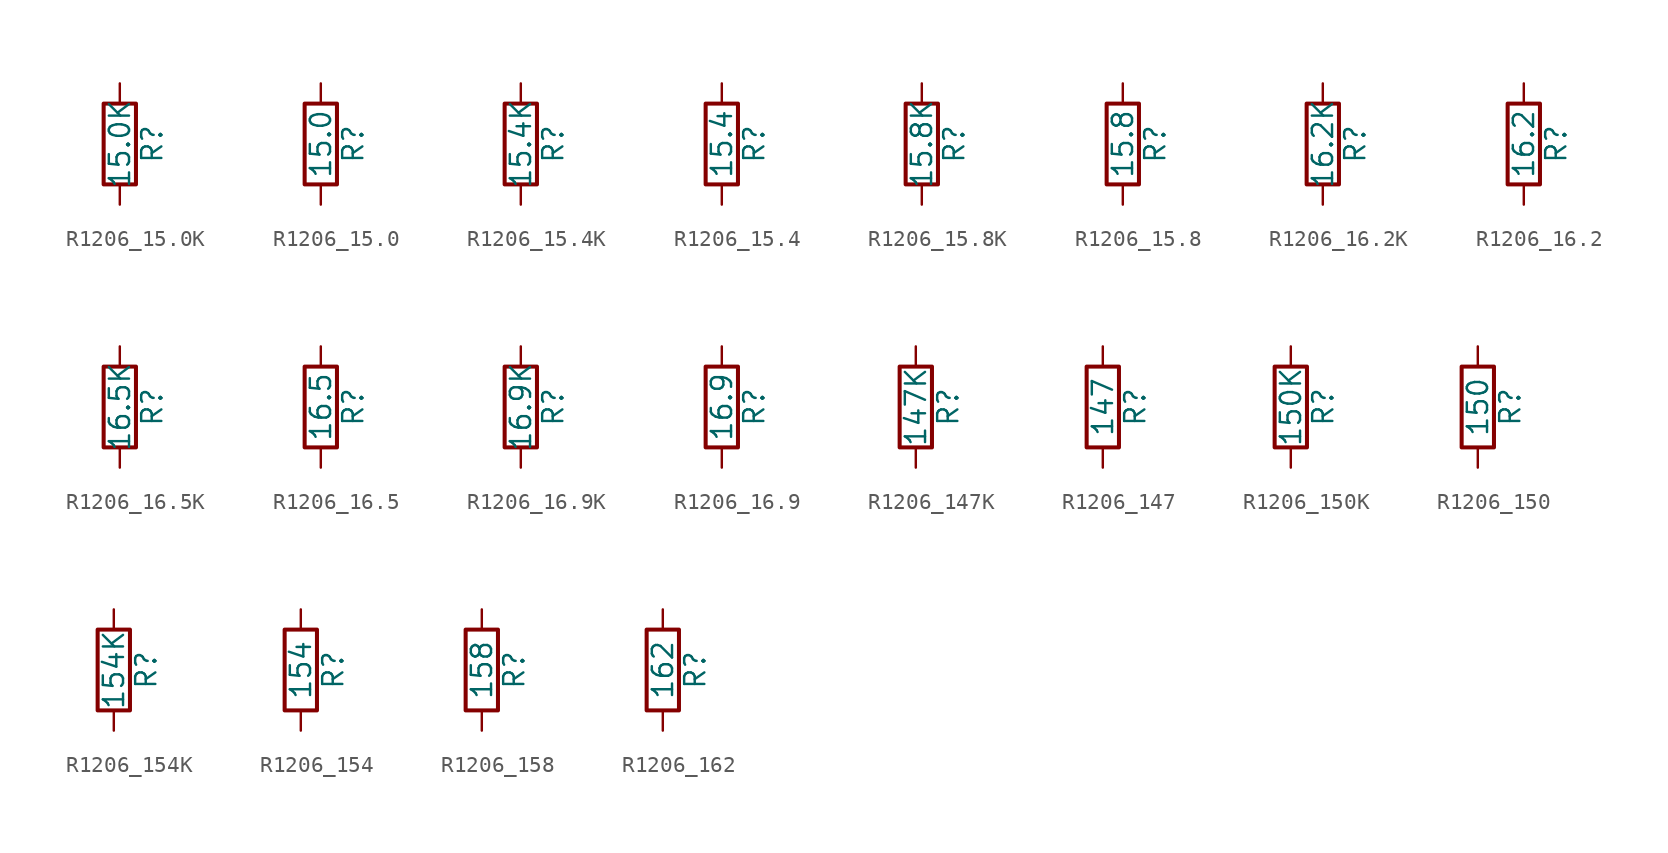
<source format=kicad_sym>
(kicad_symbol_lib
  (version 20211014)
  (generator atlantix-eda)
  (symbol "R1206_15.0K"
    (pin_numbers hide)
    (pin_names
      (offset 0))
    (property "Reference" "R"
      (at 2.032 0 90)
      (effects (font (size 1.27 1.27))))
    (property "Value" "15.0K"
      (at 0 0 90)
      (effects (font (size 1.27 1.27))))
    (symbol "R1206_15.0K_0_1"
      (rectangle (start -1.016 -2.54) (end 1.016 2.54) (stroke (width 0.254) (type default) (color 0 0 0 0)) (fill (type none))))
    (symbol "R1206_15.0K_1_1"
      (pin passive line (at 0 3.81 270) (length 1.27) (name "~" (effects (font (size 1.27 1.27)))) (number "1" (effects (font (size 1.27 1.27)))))
      (pin passive line (at 0 -3.81 90) (length 1.27) (name "~" (effects (font (size 1.27 1.27)))) (number "2" (effects (font (size 1.27 1.27)))))))
  (symbol "R1206_15.0"
    (pin_numbers hide)
    (pin_names
      (offset 0))
    (property "Reference" "R"
      (at 2.032 0 90)
      (effects (font (size 1.27 1.27))))
    (property "Value" "15.0"
      (at 0 0 90)
      (effects (font (size 1.27 1.27))))
    (symbol "R1206_15.0_0_1"
      (rectangle (start -1.016 -2.54) (end 1.016 2.54) (stroke (width 0.254) (type default) (color 0 0 0 0)) (fill (type none))))
    (symbol "R1206_15.0_1_1"
      (pin passive line (at 0 3.81 270) (length 1.27) (name "~" (effects (font (size 1.27 1.27)))) (number "1" (effects (font (size 1.27 1.27)))))
      (pin passive line (at 0 -3.81 90) (length 1.27) (name "~" (effects (font (size 1.27 1.27)))) (number "2" (effects (font (size 1.27 1.27)))))))
  (symbol "R1206_15.4K"
    (pin_numbers hide)
    (pin_names
      (offset 0))
    (property "Reference" "R"
      (at 2.032 0 90)
      (effects (font (size 1.27 1.27))))
    (property "Value" "15.4K"
      (at 0 0 90)
      (effects (font (size 1.27 1.27))))
    (symbol "R1206_15.4K_0_1"
      (rectangle (start -1.016 -2.54) (end 1.016 2.54) (stroke (width 0.254) (type default) (color 0 0 0 0)) (fill (type none))))
    (symbol "R1206_15.4K_1_1"
      (pin passive line (at 0 3.81 270) (length 1.27) (name "~" (effects (font (size 1.27 1.27)))) (number "1" (effects (font (size 1.27 1.27)))))
      (pin passive line (at 0 -3.81 90) (length 1.27) (name "~" (effects (font (size 1.27 1.27)))) (number "2" (effects (font (size 1.27 1.27)))))))
  (symbol "R1206_15.4"
    (pin_numbers hide)
    (pin_names
      (offset 0))
    (property "Reference" "R"
      (at 2.032 0 90)
      (effects (font (size 1.27 1.27))))
    (property "Value" "15.4"
      (at 0 0 90)
      (effects (font (size 1.27 1.27))))
    (symbol "R1206_15.4_0_1"
      (rectangle (start -1.016 -2.54) (end 1.016 2.54) (stroke (width 0.254) (type default) (color 0 0 0 0)) (fill (type none))))
    (symbol "R1206_15.4_1_1"
      (pin passive line (at 0 3.81 270) (length 1.27) (name "~" (effects (font (size 1.27 1.27)))) (number "1" (effects (font (size 1.27 1.27)))))
      (pin passive line (at 0 -3.81 90) (length 1.27) (name "~" (effects (font (size 1.27 1.27)))) (number "2" (effects (font (size 1.27 1.27)))))))
  (symbol "R1206_15.8K"
    (pin_numbers hide)
    (pin_names
      (offset 0))
    (property "Reference" "R"
      (at 2.032 0 90)
      (effects (font (size 1.27 1.27))))
    (property "Value" "15.8K"
      (at 0 0 90)
      (effects (font (size 1.27 1.27))))
    (symbol "R1206_15.8K_0_1"
      (rectangle (start -1.016 -2.54) (end 1.016 2.54) (stroke (width 0.254) (type default) (color 0 0 0 0)) (fill (type none))))
    (symbol "R1206_15.8K_1_1"
      (pin passive line (at 0 3.81 270) (length 1.27) (name "~" (effects (font (size 1.27 1.27)))) (number "1" (effects (font (size 1.27 1.27)))))
      (pin passive line (at 0 -3.81 90) (length 1.27) (name "~" (effects (font (size 1.27 1.27)))) (number "2" (effects (font (size 1.27 1.27)))))))
  (symbol "R1206_15.8"
    (pin_numbers hide)
    (pin_names
      (offset 0))
    (property "Reference" "R"
      (at 2.032 0 90)
      (effects (font (size 1.27 1.27))))
    (property "Value" "15.8"
      (at 0 0 90)
      (effects (font (size 1.27 1.27))))
    (symbol "R1206_15.8_0_1"
      (rectangle (start -1.016 -2.54) (end 1.016 2.54) (stroke (width 0.254) (type default) (color 0 0 0 0)) (fill (type none))))
    (symbol "R1206_15.8_1_1"
      (pin passive line (at 0 3.81 270) (length 1.27) (name "~" (effects (font (size 1.27 1.27)))) (number "1" (effects (font (size 1.27 1.27)))))
      (pin passive line (at 0 -3.81 90) (length 1.27) (name "~" (effects (font (size 1.27 1.27)))) (number "2" (effects (font (size 1.27 1.27)))))))
  (symbol "R1206_16.2K"
    (pin_numbers hide)
    (pin_names
      (offset 0))
    (property "Reference" "R"
      (at 2.032 0 90)
      (effects (font (size 1.27 1.27))))
    (property "Value" "16.2K"
      (at 0 0 90)
      (effects (font (size 1.27 1.27))))
    (symbol "R1206_16.2K_0_1"
      (rectangle (start -1.016 -2.54) (end 1.016 2.54) (stroke (width 0.254) (type default) (color 0 0 0 0)) (fill (type none))))
    (symbol "R1206_16.2K_1_1"
      (pin passive line (at 0 3.81 270) (length 1.27) (name "~" (effects (font (size 1.27 1.27)))) (number "1" (effects (font (size 1.27 1.27)))))
      (pin passive line (at 0 -3.81 90) (length 1.27) (name "~" (effects (font (size 1.27 1.27)))) (number "2" (effects (font (size 1.27 1.27)))))))
  (symbol "R1206_16.2"
    (pin_numbers hide)
    (pin_names
      (offset 0))
    (property "Reference" "R"
      (at 2.032 0 90)
      (effects (font (size 1.27 1.27))))
    (property "Value" "16.2"
      (at 0 0 90)
      (effects (font (size 1.27 1.27))))
    (symbol "R1206_16.2_0_1"
      (rectangle (start -1.016 -2.54) (end 1.016 2.54) (stroke (width 0.254) (type default) (color 0 0 0 0)) (fill (type none))))
    (symbol "R1206_16.2_1_1"
      (pin passive line (at 0 3.81 270) (length 1.27) (name "~" (effects (font (size 1.27 1.27)))) (number "1" (effects (font (size 1.27 1.27)))))
      (pin passive line (at 0 -3.81 90) (length 1.27) (name "~" (effects (font (size 1.27 1.27)))) (number "2" (effects (font (size 1.27 1.27)))))))
  (symbol "R1206_16.5K"
    (pin_numbers hide)
    (pin_names
      (offset 0))
    (property "Reference" "R"
      (at 2.032 0 90)
      (effects (font (size 1.27 1.27))))
    (property "Value" "16.5K"
      (at 0 0 90)
      (effects (font (size 1.27 1.27))))
    (symbol "R1206_16.5K_0_1"
      (rectangle (start -1.016 -2.54) (end 1.016 2.54) (stroke (width 0.254) (type default) (color 0 0 0 0)) (fill (type none))))
    (symbol "R1206_16.5K_1_1"
      (pin passive line (at 0 3.81 270) (length 1.27) (name "~" (effects (font (size 1.27 1.27)))) (number "1" (effects (font (size 1.27 1.27)))))
      (pin passive line (at 0 -3.81 90) (length 1.27) (name "~" (effects (font (size 1.27 1.27)))) (number "2" (effects (font (size 1.27 1.27)))))))
  (symbol "R1206_16.5"
    (pin_numbers hide)
    (pin_names
      (offset 0))
    (property "Reference" "R"
      (at 2.032 0 90)
      (effects (font (size 1.27 1.27))))
    (property "Value" "16.5"
      (at 0 0 90)
      (effects (font (size 1.27 1.27))))
    (symbol "R1206_16.5_0_1"
      (rectangle (start -1.016 -2.54) (end 1.016 2.54) (stroke (width 0.254) (type default) (color 0 0 0 0)) (fill (type none))))
    (symbol "R1206_16.5_1_1"
      (pin passive line (at 0 3.81 270) (length 1.27) (name "~" (effects (font (size 1.27 1.27)))) (number "1" (effects (font (size 1.27 1.27)))))
      (pin passive line (at 0 -3.81 90) (length 1.27) (name "~" (effects (font (size 1.27 1.27)))) (number "2" (effects (font (size 1.27 1.27)))))))
  (symbol "R1206_16.9K"
    (pin_numbers hide)
    (pin_names
      (offset 0))
    (property "Reference" "R"
      (at 2.032 0 90)
      (effects (font (size 1.27 1.27))))
    (property "Value" "16.9K"
      (at 0 0 90)
      (effects (font (size 1.27 1.27))))
    (symbol "R1206_16.9K_0_1"
      (rectangle (start -1.016 -2.54) (end 1.016 2.54) (stroke (width 0.254) (type default) (color 0 0 0 0)) (fill (type none))))
    (symbol "R1206_16.9K_1_1"
      (pin passive line (at 0 3.81 270) (length 1.27) (name "~" (effects (font (size 1.27 1.27)))) (number "1" (effects (font (size 1.27 1.27)))))
      (pin passive line (at 0 -3.81 90) (length 1.27) (name "~" (effects (font (size 1.27 1.27)))) (number "2" (effects (font (size 1.27 1.27)))))))
  (symbol "R1206_16.9"
    (pin_numbers hide)
    (pin_names
      (offset 0))
    (property "Reference" "R"
      (at 2.032 0 90)
      (effects (font (size 1.27 1.27))))
    (property "Value" "16.9"
      (at 0 0 90)
      (effects (font (size 1.27 1.27))))
    (symbol "R1206_16.9_0_1"
      (rectangle (start -1.016 -2.54) (end 1.016 2.54) (stroke (width 0.254) (type default) (color 0 0 0 0)) (fill (type none))))
    (symbol "R1206_16.9_1_1"
      (pin passive line (at 0 3.81 270) (length 1.27) (name "~" (effects (font (size 1.27 1.27)))) (number "1" (effects (font (size 1.27 1.27)))))
      (pin passive line (at 0 -3.81 90) (length 1.27) (name "~" (effects (font (size 1.27 1.27)))) (number "2" (effects (font (size 1.27 1.27)))))))
  (symbol "R1206_147K"
    (pin_numbers hide)
    (pin_names
      (offset 0))
    (property "Reference" "R"
      (at 2.032 0 90)
      (effects (font (size 1.27 1.27))))
    (property "Value" "147K"
      (at 0 0 90)
      (effects (font (size 1.27 1.27))))
    (symbol "R1206_147K_0_1"
      (rectangle (start -1.016 -2.54) (end 1.016 2.54) (stroke (width 0.254) (type default) (color 0 0 0 0)) (fill (type none))))
    (symbol "R1206_147K_1_1"
      (pin passive line (at 0 3.81 270) (length 1.27) (name "~" (effects (font (size 1.27 1.27)))) (number "1" (effects (font (size 1.27 1.27)))))
      (pin passive line (at 0 -3.81 90) (length 1.27) (name "~" (effects (font (size 1.27 1.27)))) (number "2" (effects (font (size 1.27 1.27)))))))
  (symbol "R1206_147"
    (pin_numbers hide)
    (pin_names
      (offset 0))
    (property "Reference" "R"
      (at 2.032 0 90)
      (effects (font (size 1.27 1.27))))
    (property "Value" "147"
      (at 0 0 90)
      (effects (font (size 1.27 1.27))))
    (symbol "R1206_147_0_1"
      (rectangle (start -1.016 -2.54) (end 1.016 2.54) (stroke (width 0.254) (type default) (color 0 0 0 0)) (fill (type none))))
    (symbol "R1206_147_1_1"
      (pin passive line (at 0 3.81 270) (length 1.27) (name "~" (effects (font (size 1.27 1.27)))) (number "1" (effects (font (size 1.27 1.27)))))
      (pin passive line (at 0 -3.81 90) (length 1.27) (name "~" (effects (font (size 1.27 1.27)))) (number "2" (effects (font (size 1.27 1.27)))))))
  (symbol "R1206_150K"
    (pin_numbers hide)
    (pin_names
      (offset 0))
    (property "Reference" "R"
      (at 2.032 0 90)
      (effects (font (size 1.27 1.27))))
    (property "Value" "150K"
      (at 0 0 90)
      (effects (font (size 1.27 1.27))))
    (symbol "R1206_150K_0_1"
      (rectangle (start -1.016 -2.54) (end 1.016 2.54) (stroke (width 0.254) (type default) (color 0 0 0 0)) (fill (type none))))
    (symbol "R1206_150K_1_1"
      (pin passive line (at 0 3.81 270) (length 1.27) (name "~" (effects (font (size 1.27 1.27)))) (number "1" (effects (font (size 1.27 1.27)))))
      (pin passive line (at 0 -3.81 90) (length 1.27) (name "~" (effects (font (size 1.27 1.27)))) (number "2" (effects (font (size 1.27 1.27)))))))
  (symbol "R1206_150"
    (pin_numbers hide)
    (pin_names
      (offset 0))
    (property "Reference" "R"
      (at 2.032 0 90)
      (effects (font (size 1.27 1.27))))
    (property "Value" "150"
      (at 0 0 90)
      (effects (font (size 1.27 1.27))))
    (symbol "R1206_150_0_1"
      (rectangle (start -1.016 -2.54) (end 1.016 2.54) (stroke (width 0.254) (type default) (color 0 0 0 0)) (fill (type none))))
    (symbol "R1206_150_1_1"
      (pin passive line (at 0 3.81 270) (length 1.27) (name "~" (effects (font (size 1.27 1.27)))) (number "1" (effects (font (size 1.27 1.27)))))
      (pin passive line (at 0 -3.81 90) (length 1.27) (name "~" (effects (font (size 1.27 1.27)))) (number "2" (effects (font (size 1.27 1.27)))))))
  (symbol "R1206_154K"
    (pin_numbers hide)
    (pin_names
      (offset 0))
    (property "Reference" "R"
      (at 2.032 0 90)
      (effects (font (size 1.27 1.27))))
    (property "Value" "154K"
      (at 0 0 90)
      (effects (font (size 1.27 1.27))))
    (symbol "R1206_154K_0_1"
      (rectangle (start -1.016 -2.54) (end 1.016 2.54) (stroke (width 0.254) (type default) (color 0 0 0 0)) (fill (type none))))
    (symbol "R1206_154K_1_1"
      (pin passive line (at 0 3.81 270) (length 1.27) (name "~" (effects (font (size 1.27 1.27)))) (number "1" (effects (font (size 1.27 1.27)))))
      (pin passive line (at 0 -3.81 90) (length 1.27) (name "~" (effects (font (size 1.27 1.27)))) (number "2" (effects (font (size 1.27 1.27)))))))
  (symbol "R1206_154"
    (pin_numbers hide)
    (pin_names
      (offset 0))
    (property "Reference" "R"
      (at 2.032 0 90)
      (effects (font (size 1.27 1.27))))
    (property "Value" "154"
      (at 0 0 90)
      (effects (font (size 1.27 1.27))))
    (symbol "R1206_154_0_1"
      (rectangle (start -1.016 -2.54) (end 1.016 2.54) (stroke (width 0.254) (type default) (color 0 0 0 0)) (fill (type none))))
    (symbol "R1206_154_1_1"
      (pin passive line (at 0 3.81 270) (length 1.27) (name "~" (effects (font (size 1.27 1.27)))) (number "1" (effects (font (size 1.27 1.27)))))
      (pin passive line (at 0 -3.81 90) (length 1.27) (name "~" (effects (font (size 1.27 1.27)))) (number "2" (effects (font (size 1.27 1.27)))))))
  (symbol "R1206_158"
    (pin_numbers hide)
    (pin_names
      (offset 0))
    (property "Reference" "R"
      (at 2.032 0 90)
      (effects (font (size 1.27 1.27))))
    (property "Value" "158"
      (at 0 0 90)
      (effects (font (size 1.27 1.27))))
    (symbol "R1206_158_0_1"
      (rectangle (start -1.016 -2.54) (end 1.016 2.54) (stroke (width 0.254) (type default) (color 0 0 0 0)) (fill (type none))))
    (symbol "R1206_158_1_1"
      (pin passive line (at 0 3.81 270) (length 1.27) (name "~" (effects (font (size 1.27 1.27)))) (number "1" (effects (font (size 1.27 1.27)))))
      (pin passive line (at 0 -3.81 90) (length 1.27) (name "~" (effects (font (size 1.27 1.27)))) (number "2" (effects (font (size 1.27 1.27)))))))
  (symbol "R1206_162"
    (pin_numbers hide)
    (pin_names
      (offset 0))
    (property "Reference" "R"
      (at 2.032 0 90)
      (effects (font (size 1.27 1.27))))
    (property "Value" "162"
      (at 0 0 90)
      (effects (font (size 1.27 1.27))))
    (symbol "R1206_162_0_1"
      (rectangle (start -1.016 -2.54) (end 1.016 2.54) (stroke (width 0.254) (type default) (color 0 0 0 0)) (fill (type none))))
    (symbol "R1206_162_1_1"
      (pin passive line (at 0 3.81 270) (length 1.27) (name "~" (effects (font (size 1.27 1.27)))) (number "1" (effects (font (size 1.27 1.27)))))
      (pin passive line (at 0 -3.81 90) (length 1.27) (name "~" (effects (font (size 1.27 1.27)))) (number "2" (effects (font (size 1.27 1.27))))))))
</source>
